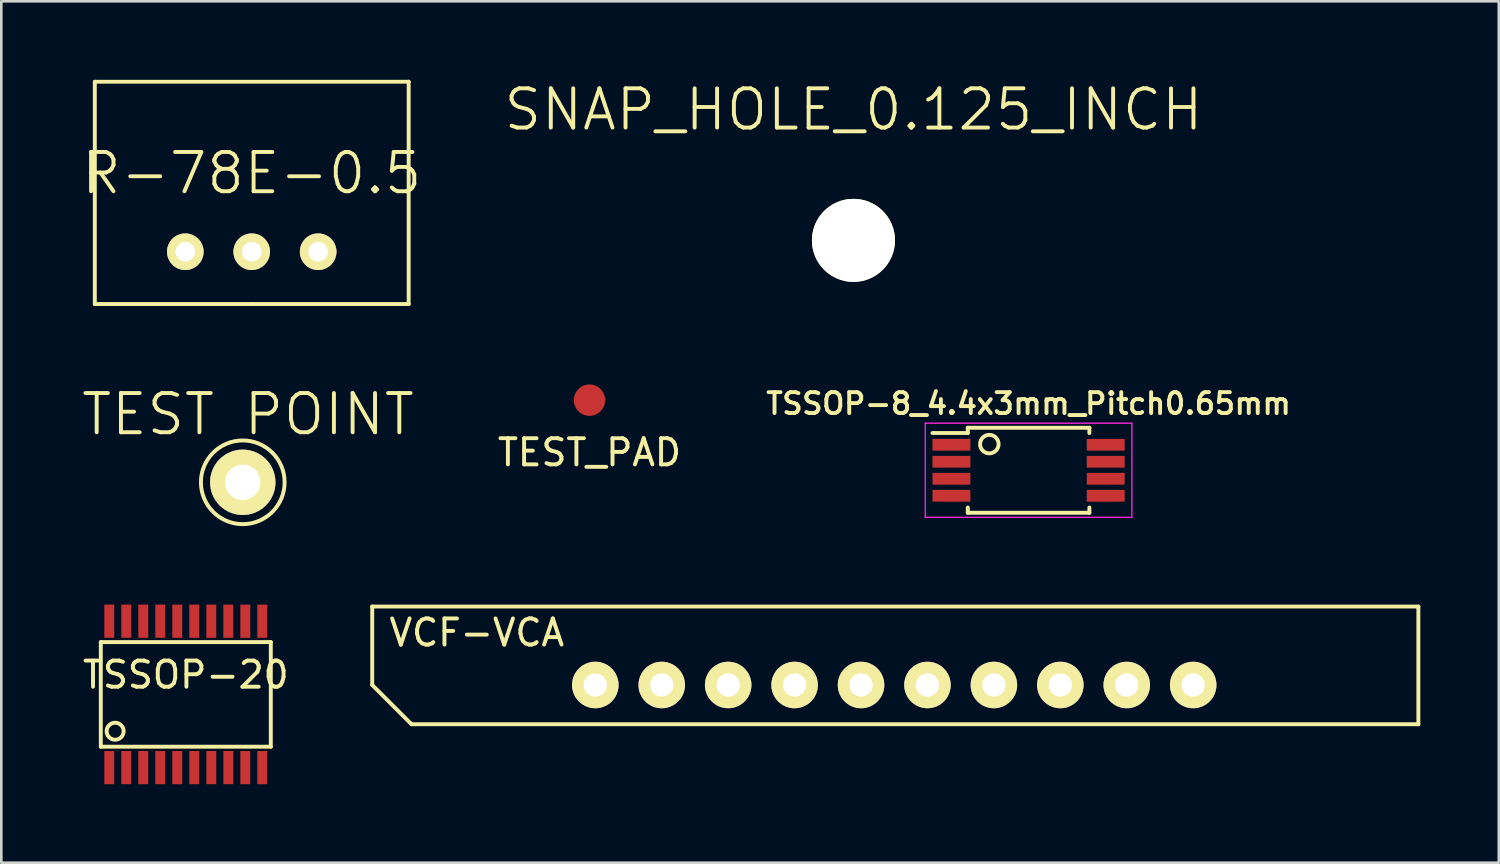
<source format=kicad_pcb>
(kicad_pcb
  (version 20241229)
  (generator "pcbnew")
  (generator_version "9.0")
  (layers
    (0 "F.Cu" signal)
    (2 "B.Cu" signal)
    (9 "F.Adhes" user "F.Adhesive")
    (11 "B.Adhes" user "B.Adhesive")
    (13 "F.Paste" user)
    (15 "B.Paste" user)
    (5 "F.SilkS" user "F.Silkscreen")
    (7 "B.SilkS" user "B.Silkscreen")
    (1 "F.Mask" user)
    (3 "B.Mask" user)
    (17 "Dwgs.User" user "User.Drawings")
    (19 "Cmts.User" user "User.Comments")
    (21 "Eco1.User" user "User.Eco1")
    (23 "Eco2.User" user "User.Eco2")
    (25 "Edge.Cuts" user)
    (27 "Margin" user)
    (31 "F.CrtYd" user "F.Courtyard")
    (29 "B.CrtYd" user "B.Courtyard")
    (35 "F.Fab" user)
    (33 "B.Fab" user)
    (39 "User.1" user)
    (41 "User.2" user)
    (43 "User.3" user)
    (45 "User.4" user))
  (footprint "TEST_PAD"
    (layer "F.Cu")
    (at 19.489 12.25)
    (property "Reference" "TEST_PAD" (at 0 2 0) (layer "F.SilkS") (effects (font (size 1 1) (thickness 0.15))))
    (attr through_hole)
    (pad "1" smd circle (at 0 0) (size 1.2 1.2) (layers "F.Cu" "F.Mask" "F.Paste")))
  (footprint "R-78E-0.5"
    (layer "F.Cu")
    (at 6.575 6.575)
    (property "Reference" "R-78E-0.5" (at 0 -3 0) (layer "F.SilkS") (effects (font (size 1.5 1.5) (thickness 0.15))))
    (attr through_hole)
    (fp_line (start -6 -6.5) (end 6 -6.5) (stroke (width 0.15) (type solid)) (layer "F.SilkS"))
    (fp_line (start -6 2) (end -6 -6.5) (stroke (width 0.15) (type solid)) (layer "F.SilkS"))
    (fp_line (start 0 2) (end -6 2) (stroke (width 0.15) (type solid)) (layer "F.SilkS"))
    (fp_line (start 6 -6.5) (end 6 2) (stroke (width 0.15) (type solid)) (layer "F.SilkS"))
    (fp_line (start 6 2) (end 0 2) (stroke (width 0.15) (type solid)) (layer "F.SilkS"))
    (pad "1" thru_hole circle (at -2.54 0) (size 1.4 1.4) (drill 0.75) (layers "*.Cu" "*.Mask" "F.SilkS"))
    (pad "2" thru_hole circle (at 0 0) (size 1.4 1.4) (drill 0.75) (layers "*.Cu" "*.Mask" "F.SilkS"))
    (pad "3" thru_hole circle (at 2.54 0) (size 1.4 1.4) (drill 0.75) (layers "*.Cu" "*.Mask" "F.SilkS")))
  (footprint "TSSOP-8_4.4x3mm_Pitch0.65mm"
    (layer "F.Cu")
    (at 36.278 14.931)
    (property "Reference" "TSSOP-8_4.4x3mm_Pitch0.65mm" (at 0 -2.55 0) (layer "F.SilkS") (effects (font (size 0.8 0.8) (thickness 0.15))))
    (attr smd)
    (fp_line (start -2.325 -1.625) (end -2.325 -1.425) (stroke (width 0.15) (type solid)) (layer "F.SilkS"))
    (fp_line (start -2.325 -1.625) (end 2.325 -1.625) (stroke (width 0.15) (type solid)) (layer "F.SilkS"))
    (fp_line (start -2.325 -1.425) (end -3.675 -1.425) (stroke (width 0.15) (type solid)) (layer "F.SilkS"))
    (fp_line (start -2.325 1.625) (end -2.325 1.425) (stroke (width 0.15) (type solid)) (layer "F.SilkS"))
    (fp_line (start -2.325 1.625) (end 2.325 1.625) (stroke (width 0.15) (type solid)) (layer "F.SilkS"))
    (fp_line (start 2.325 -1.625) (end 2.325 -1.425) (stroke (width 0.15) (type solid)) (layer "F.SilkS"))
    (fp_line (start 2.325 1.625) (end 2.325 1.425) (stroke (width 0.15) (type solid)) (layer "F.SilkS"))
    (fp_circle (center -1.5 -1) (end -1.25 -0.75) (stroke (width 0.15) (type solid)) (fill no) (layer "F.SilkS"))
    (fp_line (start -3.95 -1.8) (end -3.95 1.8) (stroke (width 0.05) (type solid)) (layer "F.CrtYd"))
    (fp_line (start -3.95 -1.8) (end 3.95 -1.8) (stroke (width 0.05) (type solid)) (layer "F.CrtYd"))
    (fp_line (start -3.95 1.8) (end 3.95 1.8) (stroke (width 0.05) (type solid)) (layer "F.CrtYd"))
    (fp_line (start 3.95 -1.8) (end 3.95 1.8) (stroke (width 0.05) (type solid)) (layer "F.CrtYd"))
    (pad "1" smd rect (at -2.95 -0.975) (size 1.45 0.45) (layers "F.Cu" "F.Mask" "F.Paste"))
    (pad "2" smd rect (at -2.95 -0.325) (size 1.45 0.45) (layers "F.Cu" "F.Mask" "F.Paste"))
    (pad "3" smd rect (at -2.95 0.325) (size 1.45 0.45) (layers "F.Cu" "F.Mask" "F.Paste"))
    (pad "4" smd rect (at -2.95 0.975) (size 1.45 0.45) (layers "F.Cu" "F.Mask" "F.Paste"))
    (pad "5" smd rect (at 2.95 0.975) (size 1.45 0.45) (layers "F.Cu" "F.Mask" "F.Paste"))
    (pad "6" smd rect (at 2.95 0.325) (size 1.45 0.45) (layers "F.Cu" "F.Mask" "F.Paste"))
    (pad "7" smd rect (at 2.95 -0.325) (size 1.45 0.45) (layers "F.Cu" "F.Mask" "F.Paste"))
    (pad "8" smd rect (at 2.95 -0.975) (size 1.45 0.45) (layers "F.Cu" "F.Mask" "F.Paste")))
  (footprint "SNAP_HOLE_0.125_INCH"
    (layer "F.Cu")
    (at 29.582 6.141)
    (property "Reference" "SNAP_HOLE_0.125_INCH" (at 0 -5 0) (layer "F.SilkS") (effects (font (size 1.5 1.5) (thickness 0.15))))
    (attr through_hole)
    (pad "" np_thru_hole circle (at 0 0) (size 3.175 3.175) (drill 3.175) (layers "*.Cu" "*.Mask" "F.SilkS")))
  (footprint "VCF-VCA"
    (layer "F.Cu")
    (at 31.182 23.141)
    (property "Reference" "VCF-VCA" (at -16 -2 0) (layer "F.SilkS") (effects (font (size 1 1) (thickness 0.15))))
    (attr through_hole)
    (fp_line (start -20 -3) (end -20 0) (stroke (width 0.15) (type solid)) (layer "F.SilkS"))
    (fp_line (start -20 0) (end -18.5 1.5) (stroke (width 0.15) (type solid)) (layer "F.SilkS"))
    (fp_line (start -18.5 1.5) (end 20 1.5) (stroke (width 0.15) (type solid)) (layer "F.SilkS"))
    (fp_line (start 20 -3) (end -20 -3) (stroke (width 0.15) (type solid)) (layer "F.SilkS"))
    (fp_line (start 20 1.5) (end 20 -3) (stroke (width 0.15) (type solid)) (layer "F.SilkS"))
    (pad "1" thru_hole circle (at -11.47 0) (size 1.778 1.778) (drill 0.889) (layers "*.Cu" "*.Mask" "F.SilkS"))
    (pad "2" thru_hole circle (at -8.93 0) (size 1.778 1.778) (drill 0.889) (layers "*.Cu" "*.Mask" "F.SilkS"))
    (pad "3" thru_hole circle (at -6.39 0) (size 1.778 1.778) (drill 0.889) (layers "*.Cu" "*.Mask" "F.SilkS"))
    (pad "4" thru_hole circle (at -3.85 0) (size 1.778 1.778) (drill 0.889) (layers "*.Cu" "*.Mask" "F.SilkS"))
    (pad "5" thru_hole circle (at -1.31 0) (size 1.778 1.778) (drill 0.889) (layers "*.Cu" "*.Mask" "F.SilkS"))
    (pad "6" thru_hole circle (at 1.23 0) (size 1.778 1.778) (drill 0.889) (layers "*.Cu" "*.Mask" "F.SilkS"))
    (pad "7" thru_hole circle (at 3.77 0) (size 1.778 1.778) (drill 0.889) (layers "*.Cu" "*.Mask" "F.SilkS"))
    (pad "8" thru_hole circle (at 6.31 0) (size 1.778 1.778) (drill 0.889) (layers "*.Cu" "*.Mask" "F.SilkS"))
    (pad "9" thru_hole circle (at 8.85 0) (size 1.778 1.778) (drill 0.889) (layers "*.Cu" "*.Mask" "F.SilkS"))
    (pad "10" thru_hole circle (at 11.39 0) (size 1.778 1.778) (drill 0.889) (layers "*.Cu" "*.Mask" "F.SilkS")))
  (footprint "TSSOP-20"
    (layer "F.Cu")
    (at 4.054 23.501)
    (property "Reference" "TSSOP-20" (at 0 -0.749 0) (layer "F.SilkS") (effects (font (size 1 1) (thickness 0.15))))
    (attr smd)
    (fp_line (start -3.25 -2) (end -3.25 2) (stroke (width 0.15) (type solid)) (layer "F.SilkS"))
    (fp_line (start -3.25 2) (end 3.25 2) (stroke (width 0.15) (type solid)) (layer "F.SilkS"))
    (fp_line (start 3.25 -2) (end -3.25 -2) (stroke (width 0.15) (type solid)) (layer "F.SilkS"))
    (fp_line (start 3.25 2) (end 3.25 -2) (stroke (width 0.15) (type solid)) (layer "F.SilkS"))
    (fp_circle (center -2.702 1.408) (end -2.905 1.662) (stroke (width 0.15) (type solid)) (fill no) (layer "F.SilkS"))
    (pad "1" smd rect (at -2.925 2.8) (size 0.381 1.27) (layers "F.Cu" "F.Mask" "F.Paste"))
    (pad "2" smd rect (at -2.276 2.799) (size 0.381 1.27) (layers "F.Cu" "F.Mask" "F.Paste"))
    (pad "3" smd rect (at -1.625 2.799) (size 0.381 1.27) (layers "F.Cu" "F.Mask" "F.Paste"))
    (pad "4" smd rect (at -0.975 2.799) (size 0.381 1.27) (layers "F.Cu" "F.Mask" "F.Paste"))
    (pad "5" smd rect (at -0.325 2.799) (size 0.381 1.27) (layers "F.Cu" "F.Mask" "F.Paste"))
    (pad "6" smd rect (at 0.325 2.799) (size 0.381 1.27) (layers "F.Cu" "F.Mask" "F.Paste"))
    (pad "7" smd rect (at 0.976 2.799) (size 0.381 1.27) (layers "F.Cu" "F.Mask" "F.Paste"))
    (pad "8" smd rect (at 1.626 2.799) (size 0.381 1.27) (layers "F.Cu" "F.Mask" "F.Paste"))
    (pad "9" smd rect (at 2.275 2.8) (size 0.381 1.27) (layers "F.Cu" "F.Mask" "F.Paste"))
    (pad "10" smd rect (at 2.925 2.8) (size 0.381 1.27) (layers "F.Cu" "F.Mask" "F.Paste"))
    (pad "11" smd rect (at 2.925 -2.8) (size 0.381 1.27) (layers "F.Cu" "F.Mask" "F.Paste"))
    (pad "12" smd rect (at 2.275 -2.799) (size 0.381 1.27) (layers "F.Cu" "F.Mask" "F.Paste"))
    (pad "13" smd rect (at 1.625 -2.799) (size 0.381 1.27) (layers "F.Cu" "F.Mask" "F.Paste"))
    (pad "14" smd rect (at 0.975 -2.799) (size 0.381 1.27) (layers "F.Cu" "F.Mask" "F.Paste"))
    (pad "15" smd rect (at 0.324 -2.799) (size 0.381 1.27) (layers "F.Cu" "F.Mask" "F.Paste"))
    (pad "16" smd rect (at -0.326 -2.799) (size 0.381 1.27) (layers "F.Cu" "F.Mask" "F.Paste"))
    (pad "17" smd rect (at -0.975 -2.8) (size 0.381 1.27) (layers "F.Cu" "F.Mask" "F.Paste"))
    (pad "18" smd rect (at -1.625 -2.8) (size 0.381 1.27) (layers "F.Cu" "F.Mask" "F.Paste"))
    (pad "19" smd rect (at -2.275 -2.8) (size 0.381 1.27) (layers "F.Cu" "F.Mask" "F.Paste"))
    (pad "20" smd rect (at -2.925 -2.8) (size 0.381 1.27) (layers "F.Cu" "F.Mask" "F.Paste")))
  (footprint "TEST POINT"
    (layer "F.Cu")
    (at 6.232 15.391)
    (property "Reference" "TEST POINT" (at 0.2 -2.6 0) (layer "F.SilkS") (effects (font (size 1.5 1.5) (thickness 0.15))))
    (attr through_hole)
    (fp_circle (center 0 0) (end 1.6 0) (stroke (width 0.15) (type solid)) (fill no) (layer "F.SilkS"))
    (pad "1" thru_hole circle (at 0 0) (size 2.5 2.5) (drill 1.35) (layers "*.Cu" "*.Mask" "F.SilkS")))
  (gr_rect
    (start -3 -3)
    (end 54.257 29.936)
    (stroke (width 0.1) (type default))
    (fill no)
    (layer "Edge.Cuts")))
</source>
